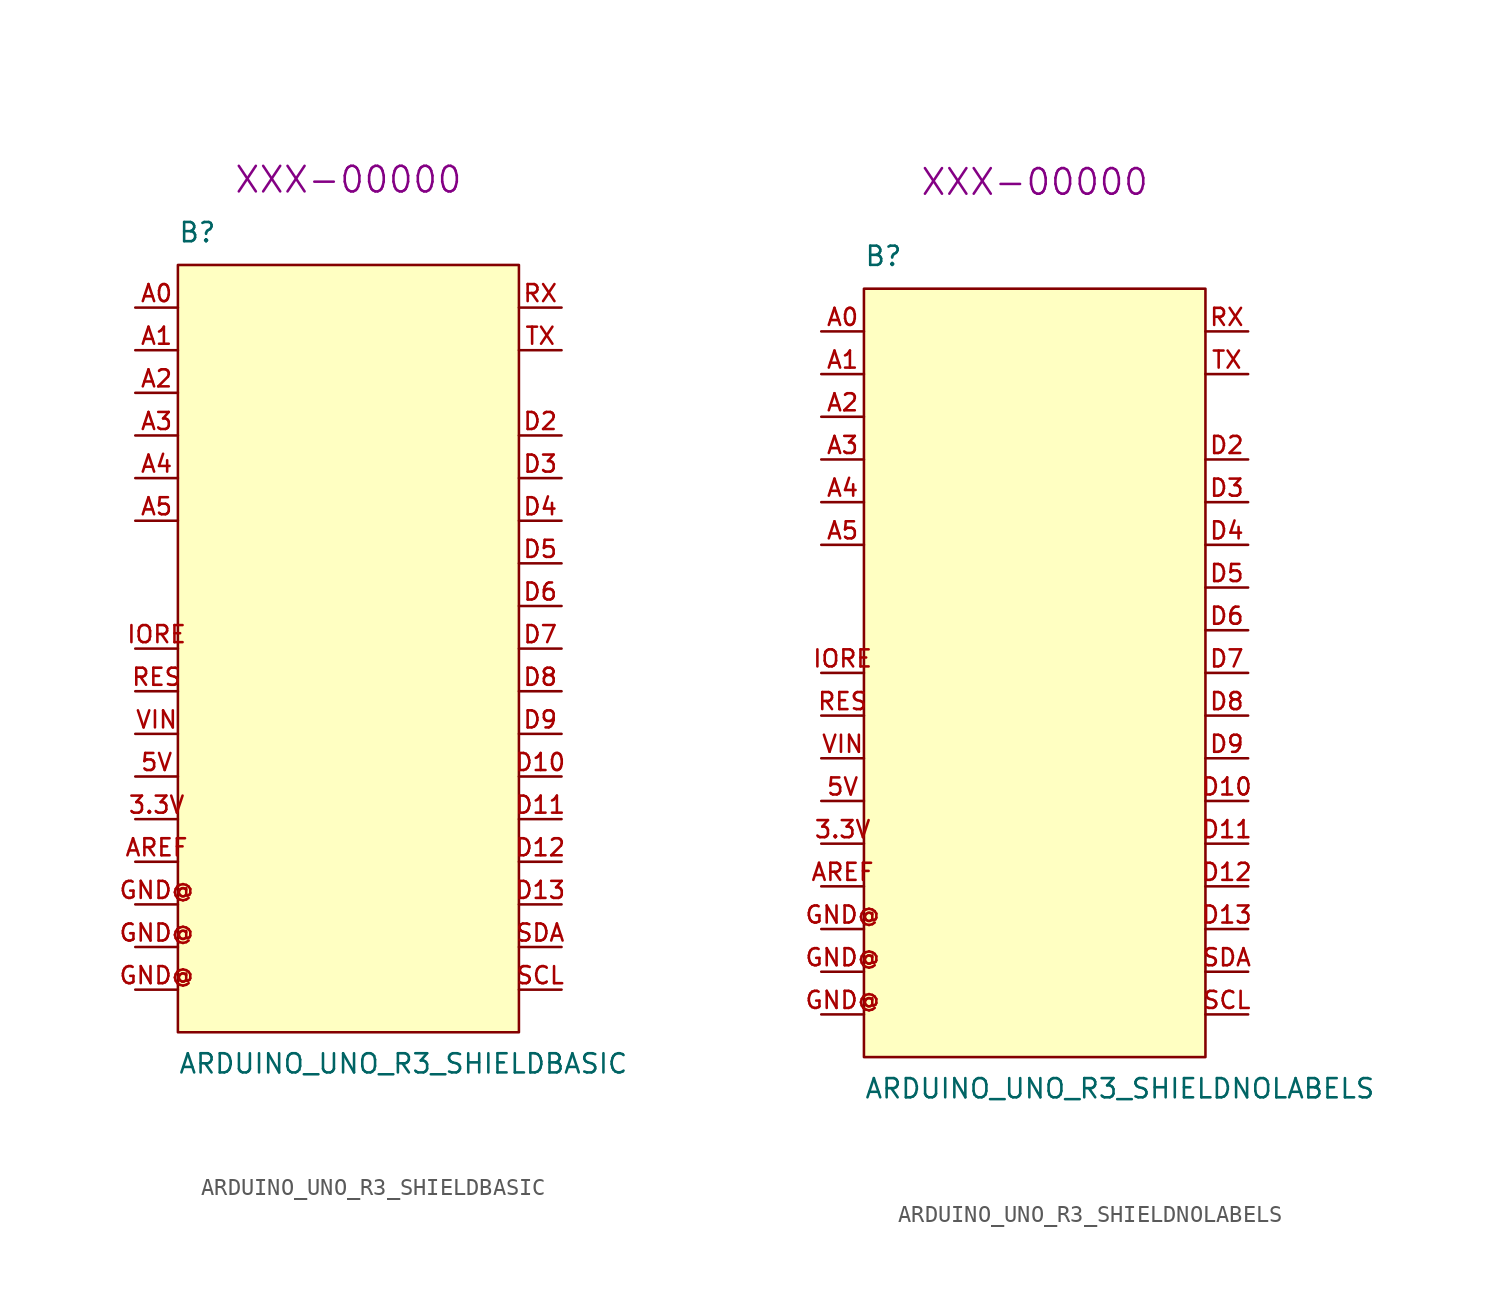
<source format=kicad_sym>
(kicad_symbol_lib
  (version 20211014)
  (generator kicad_symbol_editor)
  (symbol "ARDUINO_UNO_R3_SHIELDBASIC"
    (pin_names
      (offset 1.016) hide)
    (property "Reference" "B"
      (at -10.16 21.59 0)
      (effects (font (size 1.143 1.143)) (justify left bottom)))
    (property "Value" "ARDUINO_UNO_R3_SHIELDBASIC"
      (at -10.16 -27.94 0)
      (effects (font (size 1.143 1.143)) (justify left bottom)))
    (property "Field4" "XXX-00000"
      (at 0 25.4 0)
      (effects (font (size 1.524 1.524))))
    (property "ki_locked" ""
      (at 0 0 0)
      (effects (font (size 1.27 1.27))))
    (symbol "ARDUINO_UNO_R3_SHIELDBASIC_1_1"
      (polyline (pts (xy -10.16 -25.4) (xy -10.16 20.32) (xy 10.16 20.32) (xy 10.16 -25.4) (xy -10.16 -25.4)) (stroke (width 0) (type default) (color 0 0 0 0)) (fill (type background)))
      (pin bidirectional line (at -12.7 -12.7 0) (length 2.54) (name "3.3V" (effects (font (size 1.016 1.016)))) (number "3.3V" (effects (font (size 1.016 1.016)))))
      (pin bidirectional line (at -12.7 -10.16 0) (length 2.54) (name "5V" (effects (font (size 1.016 1.016)))) (number "5V" (effects (font (size 1.016 1.016)))))
      (pin bidirectional line (at -12.7 17.78 0) (length 2.54) (name "A0" (effects (font (size 1.016 1.016)))) (number "A0" (effects (font (size 1.016 1.016)))))
      (pin bidirectional line (at -12.7 15.24 0) (length 2.54) (name "A1" (effects (font (size 1.016 1.016)))) (number "A1" (effects (font (size 1.016 1.016)))))
      (pin bidirectional line (at -12.7 12.7 0) (length 2.54) (name "A2" (effects (font (size 1.016 1.016)))) (number "A2" (effects (font (size 1.016 1.016)))))
      (pin bidirectional line (at -12.7 10.16 0) (length 2.54) (name "A3" (effects (font (size 1.016 1.016)))) (number "A3" (effects (font (size 1.016 1.016)))))
      (pin bidirectional line (at -12.7 7.62 0) (length 2.54) (name "A4" (effects (font (size 1.016 1.016)))) (number "A4" (effects (font (size 1.016 1.016)))))
      (pin bidirectional line (at -12.7 5.08 0) (length 2.54) (name "A5" (effects (font (size 1.016 1.016)))) (number "A5" (effects (font (size 1.016 1.016)))))
      (pin bidirectional line (at -12.7 -15.24 0) (length 2.54) (name "AREF" (effects (font (size 1.016 1.016)))) (number "AREF" (effects (font (size 1.016 1.016)))))
      (pin bidirectional line (at 12.7 -10.16 180) (length 2.54) (name "*D10" (effects (font (size 1.016 1.016)))) (number "D10" (effects (font (size 1.016 1.016)))))
      (pin bidirectional line (at 12.7 -12.7 180) (length 2.54) (name "*D11" (effects (font (size 1.016 1.016)))) (number "D11" (effects (font (size 1.016 1.016)))))
      (pin bidirectional line (at 12.7 -15.24 180) (length 2.54) (name "D12" (effects (font (size 1.016 1.016)))) (number "D12" (effects (font (size 1.016 1.016)))))
      (pin bidirectional line (at 12.7 -17.78 180) (length 2.54) (name "D13" (effects (font (size 1.016 1.016)))) (number "D13" (effects (font (size 1.016 1.016)))))
      (pin bidirectional line (at 12.7 10.16 180) (length 2.54) (name "D2" (effects (font (size 1.016 1.016)))) (number "D2" (effects (font (size 1.016 1.016)))))
      (pin bidirectional line (at 12.7 7.62 180) (length 2.54) (name "*D3" (effects (font (size 1.016 1.016)))) (number "D3" (effects (font (size 1.016 1.016)))))
      (pin bidirectional line (at 12.7 5.08 180) (length 2.54) (name "D4" (effects (font (size 1.016 1.016)))) (number "D4" (effects (font (size 1.016 1.016)))))
      (pin bidirectional line (at 12.7 2.54 180) (length 2.54) (name "*D5" (effects (font (size 1.016 1.016)))) (number "D5" (effects (font (size 1.016 1.016)))))
      (pin bidirectional line (at 12.7 0 180) (length 2.54) (name "*D6" (effects (font (size 1.016 1.016)))) (number "D6" (effects (font (size 1.016 1.016)))))
      (pin bidirectional line (at 12.7 -2.54 180) (length 2.54) (name "D7" (effects (font (size 1.016 1.016)))) (number "D7" (effects (font (size 1.016 1.016)))))
      (pin bidirectional line (at 12.7 -5.08 180) (length 2.54) (name "D8" (effects (font (size 1.016 1.016)))) (number "D8" (effects (font (size 1.016 1.016)))))
      (pin bidirectional line (at 12.7 -7.62 180) (length 2.54) (name "*D9" (effects (font (size 1.016 1.016)))) (number "D9" (effects (font (size 1.016 1.016)))))
      (pin bidirectional line (at -12.7 -22.86 0) (length 2.54) (name "GND" (effects (font (size 1.016 1.016)))) (number "GND@" (effects (font (size 1.016 1.016)))))
      (pin bidirectional line (at -12.7 -20.32 0) (length 2.54) (name "GND" (effects (font (size 1.016 1.016)))) (number "GND@" (effects (font (size 1.016 1.016)))))
      (pin bidirectional line (at -12.7 -17.78 0) (length 2.54) (name "GND" (effects (font (size 1.016 1.016)))) (number "GND@" (effects (font (size 1.016 1.016)))))
      (pin bidirectional line (at -12.7 -2.54 0) (length 2.54) (name "IOREF" (effects (font (size 1.016 1.016)))) (number "IORE" (effects (font (size 1.016 1.016)))))
      (pin bidirectional line (at -12.7 -5.08 0) (length 2.54) (name "RES" (effects (font (size 1.016 1.016)))) (number "RES" (effects (font (size 1.016 1.016)))))
      (pin bidirectional line (at 12.7 17.78 180) (length 2.54) (name "RX" (effects (font (size 1.016 1.016)))) (number "RX" (effects (font (size 1.016 1.016)))))
      (pin bidirectional line (at 12.7 -22.86 180) (length 2.54) (name "SCL" (effects (font (size 1.016 1.016)))) (number "SCL" (effects (font (size 1.016 1.016)))))
      (pin bidirectional line (at 12.7 -20.32 180) (length 2.54) (name "SDA" (effects (font (size 1.016 1.016)))) (number "SDA" (effects (font (size 1.016 1.016)))))
      (pin bidirectional line (at 12.7 15.24 180) (length 2.54) (name "TX" (effects (font (size 1.016 1.016)))) (number "TX" (effects (font (size 1.016 1.016)))))
      (pin bidirectional line (at -12.7 -7.62 0) (length 2.54) (name "VIN" (effects (font (size 1.016 1.016)))) (number "VIN" (effects (font (size 1.016 1.016)))))))
  (symbol "ARDUINO_UNO_R3_SHIELDNOLABELS"
    (pin_names
      (offset 1.016) hide)
    (property "Reference" "B"
      (at -10.16 21.59 0)
      (effects (font (size 1.143 1.143)) (justify left bottom)))
    (property "Value" "ARDUINO_UNO_R3_SHIELDNOLABELS"
      (at -10.16 -27.94 0)
      (effects (font (size 1.143 1.143)) (justify left bottom)))
    (property "Field4" "XXX-00000"
      (at 0 26.67 0)
      (effects (font (size 1.524 1.524))))
    (property "ki_locked" ""
      (at 0 0 0)
      (effects (font (size 1.27 1.27))))
    (symbol "ARDUINO_UNO_R3_SHIELDNOLABELS_1_1"
      (polyline (pts (xy -10.16 -25.4) (xy -10.16 20.32) (xy 10.16 20.32) (xy 10.16 -25.4) (xy -10.16 -25.4)) (stroke (width 0) (type default) (color 0 0 0 0)) (fill (type background)))
      (pin bidirectional line (at -12.7 -12.7 0) (length 2.54) (name "3.3V" (effects (font (size 1.016 1.016)))) (number "3.3V" (effects (font (size 1.016 1.016)))))
      (pin bidirectional line (at -12.7 -10.16 0) (length 2.54) (name "5V" (effects (font (size 1.016 1.016)))) (number "5V" (effects (font (size 1.016 1.016)))))
      (pin bidirectional line (at -12.7 17.78 0) (length 2.54) (name "A0" (effects (font (size 1.016 1.016)))) (number "A0" (effects (font (size 1.016 1.016)))))
      (pin bidirectional line (at -12.7 15.24 0) (length 2.54) (name "A1" (effects (font (size 1.016 1.016)))) (number "A1" (effects (font (size 1.016 1.016)))))
      (pin bidirectional line (at -12.7 12.7 0) (length 2.54) (name "A2" (effects (font (size 1.016 1.016)))) (number "A2" (effects (font (size 1.016 1.016)))))
      (pin bidirectional line (at -12.7 10.16 0) (length 2.54) (name "A3" (effects (font (size 1.016 1.016)))) (number "A3" (effects (font (size 1.016 1.016)))))
      (pin bidirectional line (at -12.7 7.62 0) (length 2.54) (name "A4" (effects (font (size 1.016 1.016)))) (number "A4" (effects (font (size 1.016 1.016)))))
      (pin bidirectional line (at -12.7 5.08 0) (length 2.54) (name "A5" (effects (font (size 1.016 1.016)))) (number "A5" (effects (font (size 1.016 1.016)))))
      (pin bidirectional line (at -12.7 -15.24 0) (length 2.54) (name "AREF" (effects (font (size 1.016 1.016)))) (number "AREF" (effects (font (size 1.016 1.016)))))
      (pin bidirectional line (at 12.7 -10.16 180) (length 2.54) (name "*D10" (effects (font (size 1.016 1.016)))) (number "D10" (effects (font (size 1.016 1.016)))))
      (pin bidirectional line (at 12.7 -12.7 180) (length 2.54) (name "*D11" (effects (font (size 1.016 1.016)))) (number "D11" (effects (font (size 1.016 1.016)))))
      (pin bidirectional line (at 12.7 -15.24 180) (length 2.54) (name "D12" (effects (font (size 1.016 1.016)))) (number "D12" (effects (font (size 1.016 1.016)))))
      (pin bidirectional line (at 12.7 -17.78 180) (length 2.54) (name "D13" (effects (font (size 1.016 1.016)))) (number "D13" (effects (font (size 1.016 1.016)))))
      (pin bidirectional line (at 12.7 10.16 180) (length 2.54) (name "D2" (effects (font (size 1.016 1.016)))) (number "D2" (effects (font (size 1.016 1.016)))))
      (pin bidirectional line (at 12.7 7.62 180) (length 2.54) (name "*D3" (effects (font (size 1.016 1.016)))) (number "D3" (effects (font (size 1.016 1.016)))))
      (pin bidirectional line (at 12.7 5.08 180) (length 2.54) (name "D4" (effects (font (size 1.016 1.016)))) (number "D4" (effects (font (size 1.016 1.016)))))
      (pin bidirectional line (at 12.7 2.54 180) (length 2.54) (name "*D5" (effects (font (size 1.016 1.016)))) (number "D5" (effects (font (size 1.016 1.016)))))
      (pin bidirectional line (at 12.7 0 180) (length 2.54) (name "*D6" (effects (font (size 1.016 1.016)))) (number "D6" (effects (font (size 1.016 1.016)))))
      (pin bidirectional line (at 12.7 -2.54 180) (length 2.54) (name "D7" (effects (font (size 1.016 1.016)))) (number "D7" (effects (font (size 1.016 1.016)))))
      (pin bidirectional line (at 12.7 -5.08 180) (length 2.54) (name "D8" (effects (font (size 1.016 1.016)))) (number "D8" (effects (font (size 1.016 1.016)))))
      (pin bidirectional line (at 12.7 -7.62 180) (length 2.54) (name "*D9" (effects (font (size 1.016 1.016)))) (number "D9" (effects (font (size 1.016 1.016)))))
      (pin bidirectional line (at -12.7 -22.86 0) (length 2.54) (name "GND" (effects (font (size 1.016 1.016)))) (number "GND@" (effects (font (size 1.016 1.016)))))
      (pin bidirectional line (at -12.7 -20.32 0) (length 2.54) (name "GND" (effects (font (size 1.016 1.016)))) (number "GND@" (effects (font (size 1.016 1.016)))))
      (pin bidirectional line (at -12.7 -17.78 0) (length 2.54) (name "GND" (effects (font (size 1.016 1.016)))) (number "GND@" (effects (font (size 1.016 1.016)))))
      (pin bidirectional line (at -12.7 -2.54 0) (length 2.54) (name "IOREF" (effects (font (size 1.016 1.016)))) (number "IORE" (effects (font (size 1.016 1.016)))))
      (pin bidirectional line (at -12.7 -5.08 0) (length 2.54) (name "RES" (effects (font (size 1.016 1.016)))) (number "RES" (effects (font (size 1.016 1.016)))))
      (pin bidirectional line (at 12.7 17.78 180) (length 2.54) (name "RX" (effects (font (size 1.016 1.016)))) (number "RX" (effects (font (size 1.016 1.016)))))
      (pin bidirectional line (at 12.7 -22.86 180) (length 2.54) (name "SCL" (effects (font (size 1.016 1.016)))) (number "SCL" (effects (font (size 1.016 1.016)))))
      (pin bidirectional line (at 12.7 -20.32 180) (length 2.54) (name "SDA" (effects (font (size 1.016 1.016)))) (number "SDA" (effects (font (size 1.016 1.016)))))
      (pin bidirectional line (at 12.7 15.24 180) (length 2.54) (name "TX" (effects (font (size 1.016 1.016)))) (number "TX" (effects (font (size 1.016 1.016)))))
      (pin bidirectional line (at -12.7 -7.62 0) (length 2.54) (name "VIN" (effects (font (size 1.016 1.016)))) (number "VIN" (effects (font (size 1.016 1.016))))))))
</source>
